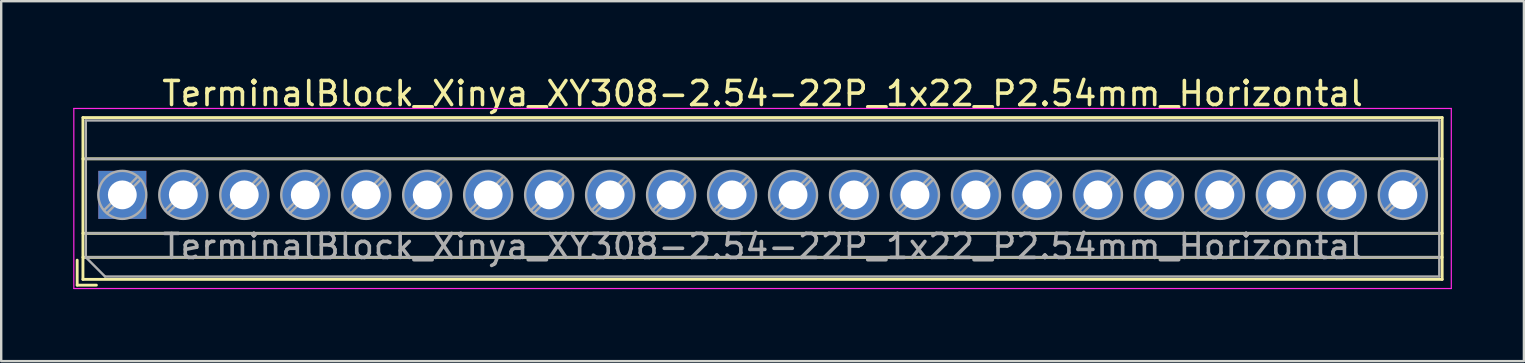
<source format=kicad_pcb>
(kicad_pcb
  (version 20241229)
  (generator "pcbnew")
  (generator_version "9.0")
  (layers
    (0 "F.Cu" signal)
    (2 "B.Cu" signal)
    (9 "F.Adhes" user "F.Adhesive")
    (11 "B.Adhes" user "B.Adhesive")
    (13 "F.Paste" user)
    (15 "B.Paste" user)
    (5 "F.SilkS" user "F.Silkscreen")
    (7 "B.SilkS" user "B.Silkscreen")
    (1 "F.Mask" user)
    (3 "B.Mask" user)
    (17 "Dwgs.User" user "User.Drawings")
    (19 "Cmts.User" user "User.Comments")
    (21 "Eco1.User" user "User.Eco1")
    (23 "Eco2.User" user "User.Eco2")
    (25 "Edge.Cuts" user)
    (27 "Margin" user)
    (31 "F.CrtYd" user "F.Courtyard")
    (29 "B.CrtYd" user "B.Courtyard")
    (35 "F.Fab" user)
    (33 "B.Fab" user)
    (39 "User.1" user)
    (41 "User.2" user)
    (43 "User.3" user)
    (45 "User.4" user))
  (footprint "TerminalBlock_Xinya_XY308-2.54-22P_1x22_P2.54mm_Horizontal"
    (layer "F.Cu")
    (at 2.045 5.068)
    (property "Reference" "TerminalBlock_Xinya_XY308-2.54-22P_1x22_P2.54mm_Horizontal" (at 26.67 -4.22 0) (layer "F.SilkS") (effects (font (size 1 1) (thickness 0.15))))
    (attr through_hole)
    (fp_line (start -1.88 2.72) (end -1.88 3.76) (stroke (width 0.12) (type solid)) (layer "F.SilkS"))
    (fp_line (start -1.88 3.76) (end -1.08 3.76) (stroke (width 0.12) (type solid)) (layer "F.SilkS"))
    (fp_line (start -1.64 -3.22) (end -1.64 3.52) (stroke (width 0.12) (type solid)) (layer "F.SilkS"))
    (fp_line (start -1.64 -3.22) (end 54.98 -3.22) (stroke (width 0.12) (type solid)) (layer "F.SilkS"))
    (fp_line (start -1.64 -1.501) (end 54.98 -1.501) (stroke (width 0.12) (type solid)) (layer "F.SilkS"))
    (fp_line (start -1.64 1.6) (end 54.98 1.6) (stroke (width 0.12) (type solid)) (layer "F.SilkS"))
    (fp_line (start -1.64 2.6) (end 54.98 2.6) (stroke (width 0.12) (type solid)) (layer "F.SilkS"))
    (fp_line (start -1.64 3.52) (end 54.98 3.52) (stroke (width 0.12) (type solid)) (layer "F.SilkS"))
    (fp_line (start 54.98 -3.22) (end 54.98 3.52) (stroke (width 0.12) (type solid)) (layer "F.SilkS"))
    (fp_line (start -2.02 -3.6) (end -2.02 3.9) (stroke (width 0.05) (type solid)) (layer "F.CrtYd"))
    (fp_line (start -2.02 3.9) (end 55.36 3.9) (stroke (width 0.05) (type solid)) (layer "F.CrtYd"))
    (fp_line (start 55.36 -3.6) (end -2.02 -3.6) (stroke (width 0.05) (type solid)) (layer "F.CrtYd"))
    (fp_line (start 55.36 3.9) (end 55.36 -3.6) (stroke (width 0.05) (type solid)) (layer "F.CrtYd"))
    (fp_line (start -1.52 -3.1) (end 54.86 -3.1) (stroke (width 0.1) (type solid)) (layer "F.Fab"))
    (fp_line (start -1.52 -1.5) (end 54.86 -1.5) (stroke (width 0.1) (type solid)) (layer "F.Fab"))
    (fp_line (start -1.52 1.6) (end 54.86 1.6) (stroke (width 0.1) (type solid)) (layer "F.Fab"))
    (fp_line (start -1.52 2.6) (end -1.52 -3.1) (stroke (width 0.1) (type solid)) (layer "F.Fab"))
    (fp_line (start -1.52 2.6) (end 54.86 2.6) (stroke (width 0.1) (type solid)) (layer "F.Fab"))
    (fp_line (start -0.72 3.4) (end -1.52 2.6) (stroke (width 0.1) (type solid)) (layer "F.Fab"))
    (fp_line (start 0.637 -0.759) (end -0.759 0.637) (stroke (width 0.1) (type solid)) (layer "F.Fab"))
    (fp_line (start 0.759 -0.637) (end -0.637 0.759) (stroke (width 0.1) (type solid)) (layer "F.Fab"))
    (fp_line (start 3.177 -0.759) (end 1.782 0.637) (stroke (width 0.1) (type solid)) (layer "F.Fab"))
    (fp_line (start 3.299 -0.637) (end 1.904 0.759) (stroke (width 0.1) (type solid)) (layer "F.Fab"))
    (fp_line (start 5.717 -0.759) (end 4.322 0.637) (stroke (width 0.1) (type solid)) (layer "F.Fab"))
    (fp_line (start 5.839 -0.637) (end 4.444 0.759) (stroke (width 0.1) (type solid)) (layer "F.Fab"))
    (fp_line (start 8.257 -0.759) (end 6.862 0.637) (stroke (width 0.1) (type solid)) (layer "F.Fab"))
    (fp_line (start 8.379 -0.637) (end 6.984 0.759) (stroke (width 0.1) (type solid)) (layer "F.Fab"))
    (fp_line (start 10.797 -0.759) (end 9.402 0.637) (stroke (width 0.1) (type solid)) (layer "F.Fab"))
    (fp_line (start 10.919 -0.637) (end 9.524 0.759) (stroke (width 0.1) (type solid)) (layer "F.Fab"))
    (fp_line (start 13.337 -0.759) (end 11.942 0.637) (stroke (width 0.1) (type solid)) (layer "F.Fab"))
    (fp_line (start 13.459 -0.637) (end 12.064 0.759) (stroke (width 0.1) (type solid)) (layer "F.Fab"))
    (fp_line (start 15.877 -0.759) (end 14.482 0.637) (stroke (width 0.1) (type solid)) (layer "F.Fab"))
    (fp_line (start 15.999 -0.637) (end 14.604 0.759) (stroke (width 0.1) (type solid)) (layer "F.Fab"))
    (fp_line (start 18.417 -0.759) (end 17.022 0.637) (stroke (width 0.1) (type solid)) (layer "F.Fab"))
    (fp_line (start 18.539 -0.637) (end 17.144 0.759) (stroke (width 0.1) (type solid)) (layer "F.Fab"))
    (fp_line (start 20.957 -0.759) (end 19.562 0.637) (stroke (width 0.1) (type solid)) (layer "F.Fab"))
    (fp_line (start 21.079 -0.637) (end 19.684 0.759) (stroke (width 0.1) (type solid)) (layer "F.Fab"))
    (fp_line (start 23.497 -0.759) (end 22.102 0.637) (stroke (width 0.1) (type solid)) (layer "F.Fab"))
    (fp_line (start 23.619 -0.637) (end 22.224 0.759) (stroke (width 0.1) (type solid)) (layer "F.Fab"))
    (fp_line (start 26.037 -0.759) (end 24.642 0.637) (stroke (width 0.1) (type solid)) (layer "F.Fab"))
    (fp_line (start 26.159 -0.637) (end 24.764 0.759) (stroke (width 0.1) (type solid)) (layer "F.Fab"))
    (fp_line (start 28.577 -0.759) (end 27.182 0.637) (stroke (width 0.1) (type solid)) (layer "F.Fab"))
    (fp_line (start 28.699 -0.637) (end 27.304 0.759) (stroke (width 0.1) (type solid)) (layer "F.Fab"))
    (fp_line (start 31.117 -0.759) (end 29.722 0.637) (stroke (width 0.1) (type solid)) (layer "F.Fab"))
    (fp_line (start 31.239 -0.637) (end 29.844 0.759) (stroke (width 0.1) (type solid)) (layer "F.Fab"))
    (fp_line (start 33.657 -0.759) (end 32.262 0.637) (stroke (width 0.1) (type solid)) (layer "F.Fab"))
    (fp_line (start 33.779 -0.637) (end 32.384 0.759) (stroke (width 0.1) (type solid)) (layer "F.Fab"))
    (fp_line (start 36.197 -0.759) (end 34.802 0.637) (stroke (width 0.1) (type solid)) (layer "F.Fab"))
    (fp_line (start 36.319 -0.637) (end 34.924 0.759) (stroke (width 0.1) (type solid)) (layer "F.Fab"))
    (fp_line (start 38.737 -0.759) (end 37.342 0.637) (stroke (width 0.1) (type solid)) (layer "F.Fab"))
    (fp_line (start 38.859 -0.637) (end 37.464 0.759) (stroke (width 0.1) (type solid)) (layer "F.Fab"))
    (fp_line (start 41.277 -0.759) (end 39.882 0.637) (stroke (width 0.1) (type solid)) (layer "F.Fab"))
    (fp_line (start 41.399 -0.637) (end 40.004 0.759) (stroke (width 0.1) (type solid)) (layer "F.Fab"))
    (fp_line (start 43.817 -0.759) (end 42.422 0.637) (stroke (width 0.1) (type solid)) (layer "F.Fab"))
    (fp_line (start 43.939 -0.637) (end 42.544 0.759) (stroke (width 0.1) (type solid)) (layer "F.Fab"))
    (fp_line (start 46.357 -0.759) (end 44.962 0.637) (stroke (width 0.1) (type solid)) (layer "F.Fab"))
    (fp_line (start 46.479 -0.637) (end 45.084 0.759) (stroke (width 0.1) (type solid)) (layer "F.Fab"))
    (fp_line (start 48.897 -0.759) (end 47.502 0.637) (stroke (width 0.1) (type solid)) (layer "F.Fab"))
    (fp_line (start 49.019 -0.637) (end 47.624 0.759) (stroke (width 0.1) (type solid)) (layer "F.Fab"))
    (fp_line (start 51.437 -0.759) (end 50.042 0.637) (stroke (width 0.1) (type solid)) (layer "F.Fab"))
    (fp_line (start 51.559 -0.637) (end 50.164 0.759) (stroke (width 0.1) (type solid)) (layer "F.Fab"))
    (fp_line (start 53.977 -0.759) (end 52.582 0.637) (stroke (width 0.1) (type solid)) (layer "F.Fab"))
    (fp_line (start 54.099 -0.637) (end 52.704 0.759) (stroke (width 0.1) (type solid)) (layer "F.Fab"))
    (fp_line (start 54.86 -3.1) (end 54.86 3.4) (stroke (width 0.1) (type solid)) (layer "F.Fab"))
    (fp_line (start 54.86 3.4) (end -0.72 3.4) (stroke (width 0.1) (type solid)) (layer "F.Fab"))
    (fp_circle (center 0 0) (end 1 0) (stroke (width 0.1) (type solid)) (fill no) (layer "F.Fab"))
    (fp_circle (center 2.54 0) (end 3.54 0) (stroke (width 0.1) (type solid)) (fill no) (layer "F.Fab"))
    (fp_circle (center 5.08 0) (end 6.08 0) (stroke (width 0.1) (type solid)) (fill no) (layer "F.Fab"))
    (fp_circle (center 7.62 0) (end 8.62 0) (stroke (width 0.1) (type solid)) (fill no) (layer "F.Fab"))
    (fp_circle (center 10.16 0) (end 11.16 0) (stroke (width 0.1) (type solid)) (fill no) (layer "F.Fab"))
    (fp_circle (center 12.7 0) (end 13.7 0) (stroke (width 0.1) (type solid)) (fill no) (layer "F.Fab"))
    (fp_circle (center 15.24 0) (end 16.24 0) (stroke (width 0.1) (type solid)) (fill no) (layer "F.Fab"))
    (fp_circle (center 17.78 0) (end 18.78 0) (stroke (width 0.1) (type solid)) (fill no) (layer "F.Fab"))
    (fp_circle (center 20.32 0) (end 21.32 0) (stroke (width 0.1) (type solid)) (fill no) (layer "F.Fab"))
    (fp_circle (center 22.86 0) (end 23.86 0) (stroke (width 0.1) (type solid)) (fill no) (layer "F.Fab"))
    (fp_circle (center 25.4 0) (end 26.4 0) (stroke (width 0.1) (type solid)) (fill no) (layer "F.Fab"))
    (fp_circle (center 27.94 0) (end 28.94 0) (stroke (width 0.1) (type solid)) (fill no) (layer "F.Fab"))
    (fp_circle (center 30.48 0) (end 31.48 0) (stroke (width 0.1) (type solid)) (fill no) (layer "F.Fab"))
    (fp_circle (center 33.02 0) (end 34.02 0) (stroke (width 0.1) (type solid)) (fill no) (layer "F.Fab"))
    (fp_circle (center 35.56 0) (end 36.56 0) (stroke (width 0.1) (type solid)) (fill no) (layer "F.Fab"))
    (fp_circle (center 38.1 0) (end 39.1 0) (stroke (width 0.1) (type solid)) (fill no) (layer "F.Fab"))
    (fp_circle (center 40.64 0) (end 41.64 0) (stroke (width 0.1) (type solid)) (fill no) (layer "F.Fab"))
    (fp_circle (center 43.18 0) (end 44.18 0) (stroke (width 0.1) (type solid)) (fill no) (layer "F.Fab"))
    (fp_circle (center 45.72 0) (end 46.72 0) (stroke (width 0.1) (type solid)) (fill no) (layer "F.Fab"))
    (fp_circle (center 48.26 0) (end 49.26 0) (stroke (width 0.1) (type solid)) (fill no) (layer "F.Fab"))
    (fp_circle (center 50.8 0) (end 51.8 0) (stroke (width 0.1) (type solid)) (fill no) (layer "F.Fab"))
    (fp_circle (center 53.34 0) (end 54.34 0) (stroke (width 0.1) (type solid)) (fill no) (layer "F.Fab"))
    (fp_text user "${REFERENCE}" (at 26.67 2.15 0) (layer "F.Fab") (effects (font (size 1 1) (thickness 0.15))))
    (pad "1" thru_hole rect (at 0 0) (size 2 2) (drill 1.2) (layers "*.Cu" "*.Mask"))
    (pad "2" thru_hole circle (at 2.54 0) (size 2 2) (drill 1.2) (layers "*.Cu" "*.Mask"))
    (pad "3" thru_hole circle (at 5.08 0) (size 2 2) (drill 1.2) (layers "*.Cu" "*.Mask"))
    (pad "4" thru_hole circle (at 7.62 0) (size 2 2) (drill 1.2) (layers "*.Cu" "*.Mask"))
    (pad "5" thru_hole circle (at 10.16 0) (size 2 2) (drill 1.2) (layers "*.Cu" "*.Mask"))
    (pad "6" thru_hole circle (at 12.7 0) (size 2 2) (drill 1.2) (layers "*.Cu" "*.Mask"))
    (pad "7" thru_hole circle (at 15.24 0) (size 2 2) (drill 1.2) (layers "*.Cu" "*.Mask"))
    (pad "8" thru_hole circle (at 17.78 0) (size 2 2) (drill 1.2) (layers "*.Cu" "*.Mask"))
    (pad "9" thru_hole circle (at 20.32 0) (size 2 2) (drill 1.2) (layers "*.Cu" "*.Mask"))
    (pad "10" thru_hole circle (at 22.86 0) (size 2 2) (drill 1.2) (layers "*.Cu" "*.Mask"))
    (pad "11" thru_hole circle (at 25.4 0) (size 2 2) (drill 1.2) (layers "*.Cu" "*.Mask"))
    (pad "12" thru_hole circle (at 27.94 0) (size 2 2) (drill 1.2) (layers "*.Cu" "*.Mask"))
    (pad "13" thru_hole circle (at 30.48 0) (size 2 2) (drill 1.2) (layers "*.Cu" "*.Mask"))
    (pad "14" thru_hole circle (at 33.02 0) (size 2 2) (drill 1.2) (layers "*.Cu" "*.Mask"))
    (pad "15" thru_hole circle (at 35.56 0) (size 2 2) (drill 1.2) (layers "*.Cu" "*.Mask"))
    (pad "16" thru_hole circle (at 38.1 0) (size 2 2) (drill 1.2) (layers "*.Cu" "*.Mask"))
    (pad "17" thru_hole circle (at 40.64 0) (size 2 2) (drill 1.2) (layers "*.Cu" "*.Mask"))
    (pad "18" thru_hole circle (at 43.18 0) (size 2 2) (drill 1.2) (layers "*.Cu" "*.Mask"))
    (pad "19" thru_hole circle (at 45.72 0) (size 2 2) (drill 1.2) (layers "*.Cu" "*.Mask"))
    (pad "20" thru_hole circle (at 48.26 0) (size 2 2) (drill 1.2) (layers "*.Cu" "*.Mask"))
    (pad "21" thru_hole circle (at 50.8 0) (size 2 2) (drill 1.2) (layers "*.Cu" "*.Mask"))
    (pad "22" thru_hole circle (at 53.34 0) (size 2 2) (drill 1.2) (layers "*.Cu" "*.Mask")))
  (gr_rect
    (start -3 -3)
    (end 60.43 11.993)
    (stroke (width 0.1) (type default))
    (fill no)
    (layer "Edge.Cuts")))
</source>
